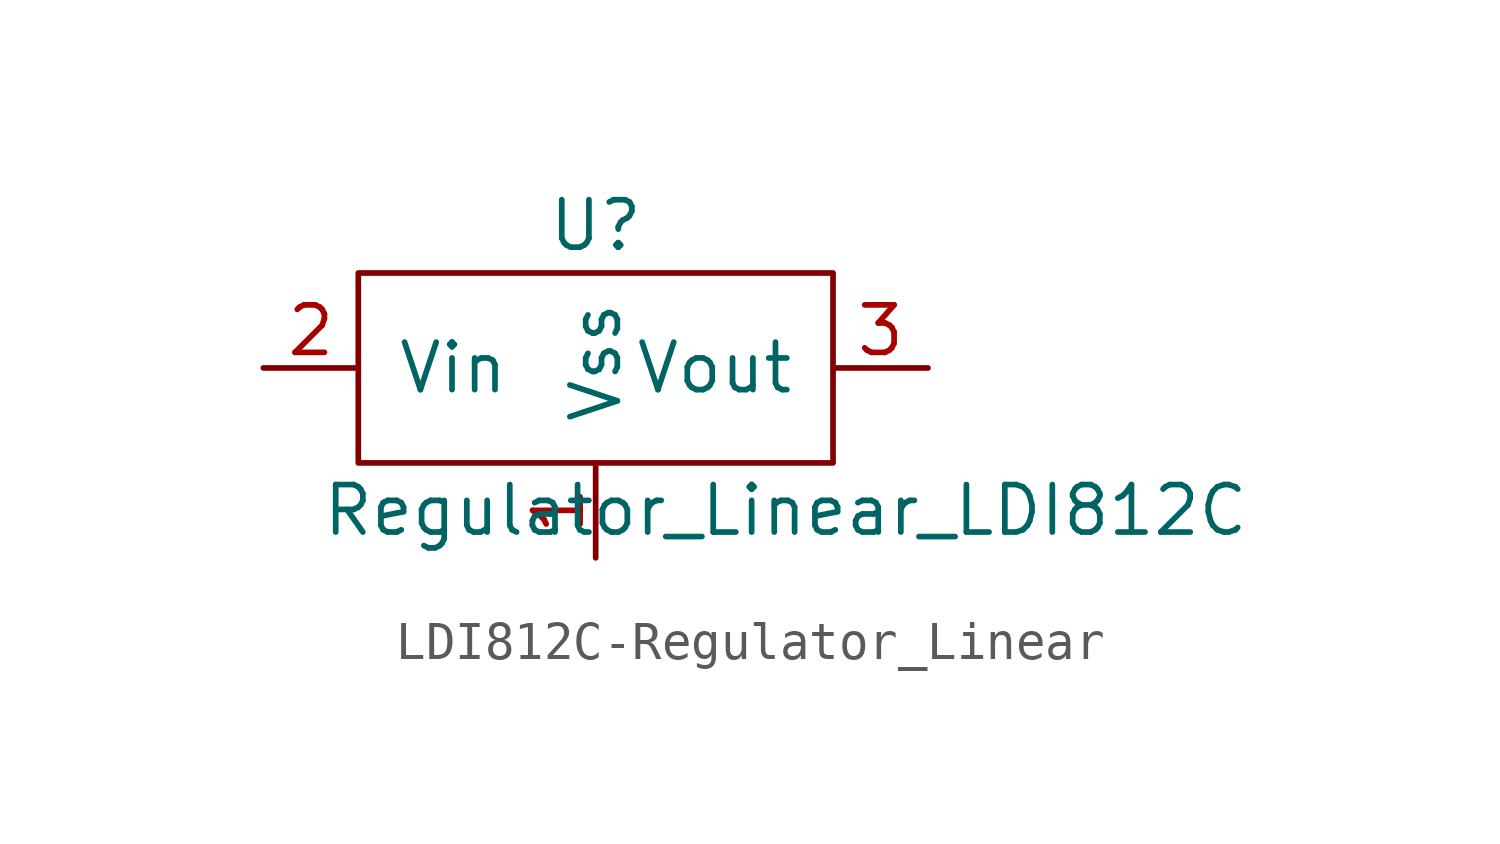
<source format=kicad_sym>
(kicad_symbol_lib
  (version 20220914)
  (generator kicad_symbol_editor)
  (symbol "LDI812C-Regulator_Linear"
    (pin_names
      (offset 1.016))
    (property "Reference" "U"
      (at 0 0 0)
      (effects (font (size 1.27 1.27))))
    (property "Value" "Regulator_Linear_LDI812C"
      (at 5.08 -7.62 0)
      (effects (font (size 1.27 1.27))))
    (symbol "LDI812C-Regulator_Linear_0_1"
      (rectangle (start -6.35 -1.27) (end 6.35 -6.35) (stroke (width 0) (type solid)) (fill (type none))))
    (symbol "LDI812C-Regulator_Linear_1_1"
      (pin output line (at 0 -8.89 90) (length 2.54) (name "Vss" (effects (font (size 1.27 1.27)))) (number "1" (effects (font (size 1.27 1.27)))))
      (pin input line (at -8.89 -3.81 0) (length 2.54) (name "Vin" (effects (font (size 1.27 1.27)))) (number "2" (effects (font (size 1.27 1.27)))))
      (pin output line (at 8.89 -3.81 180) (length 2.54) (name "Vout" (effects (font (size 1.27 1.27)))) (number "3" (effects (font (size 1.27 1.27))))))))
</source>
